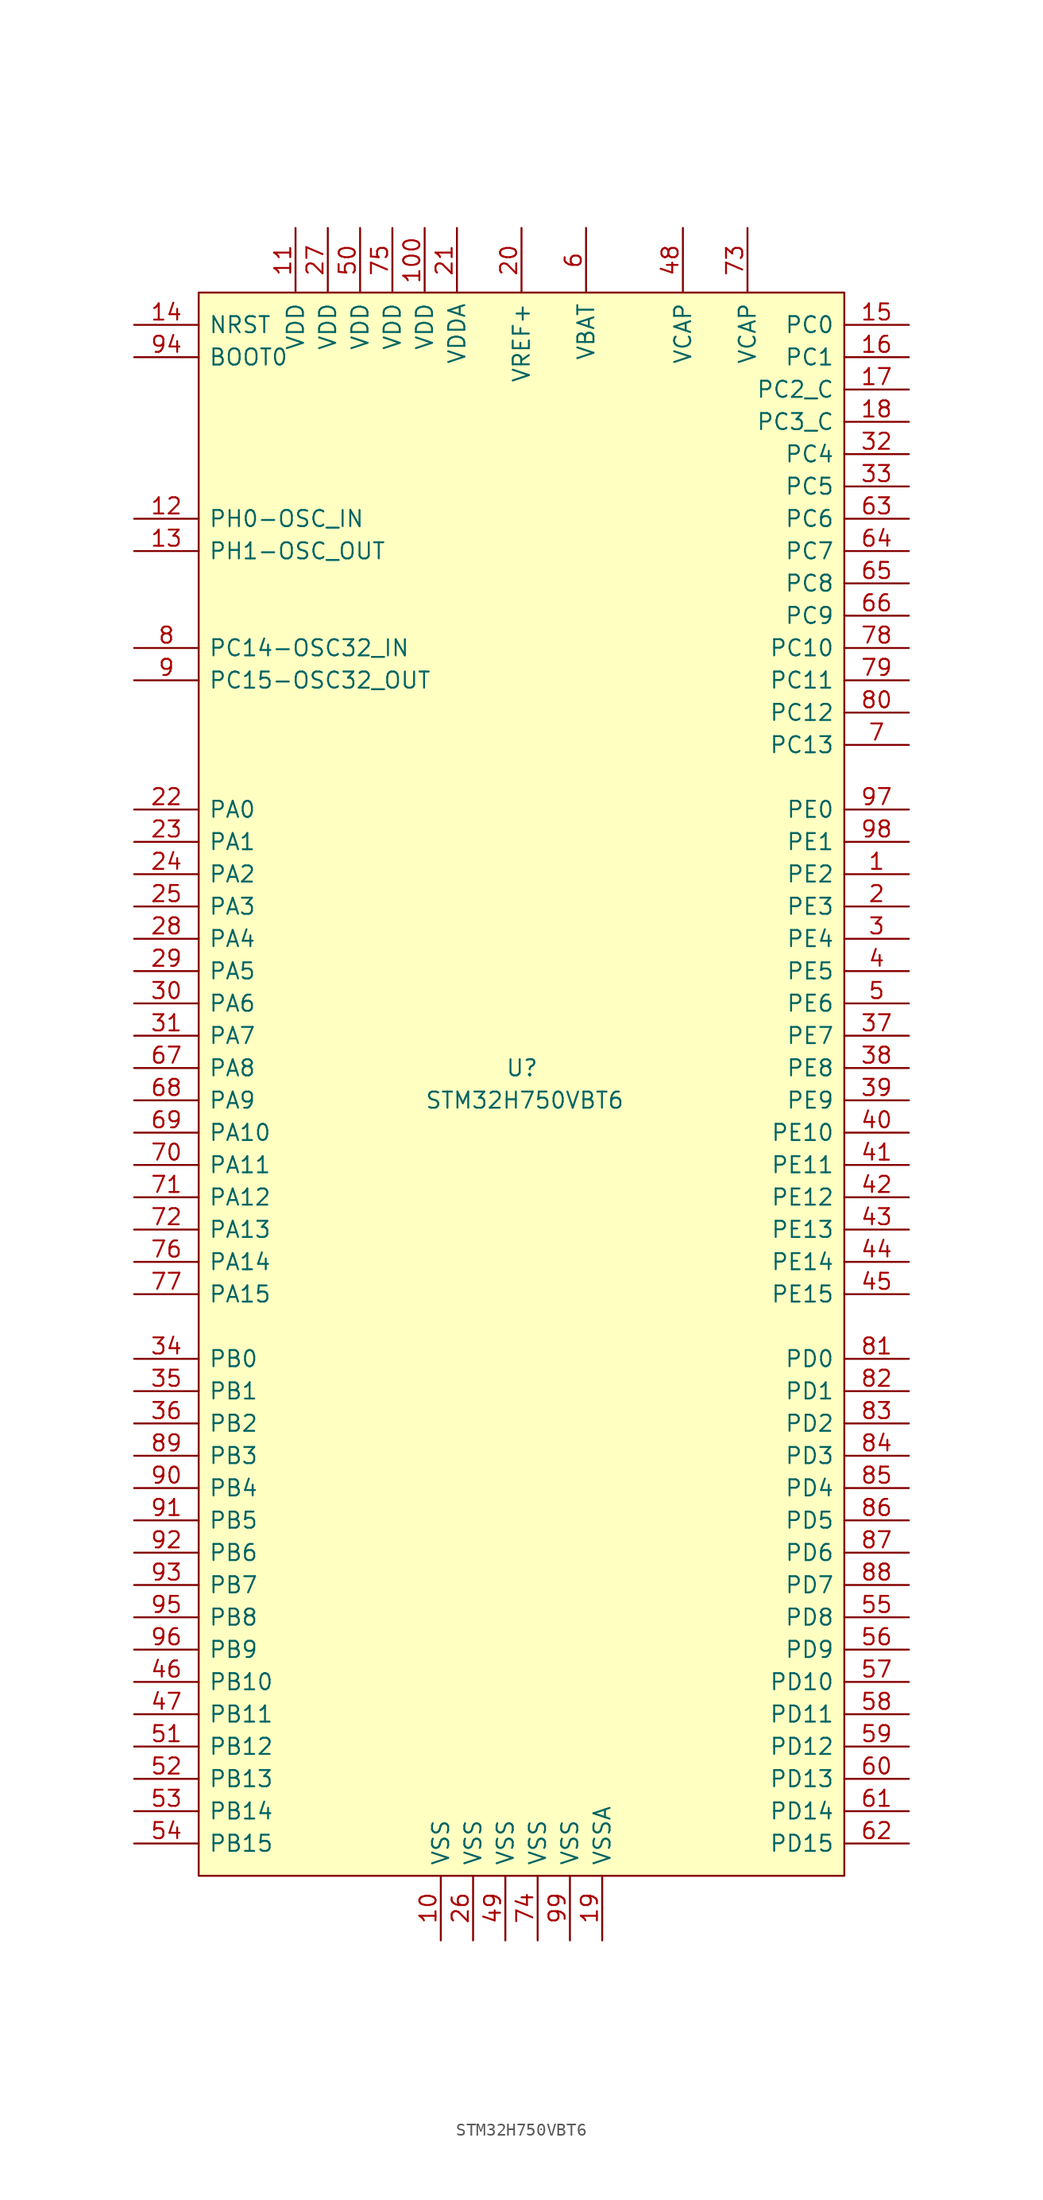
<source format=kicad_sym>
(kicad_symbol_lib
  (version 20220914)
  (generator kicad_symbol_editor)
  (symbol "STM32H750VBT6"
    (pin_names
      (offset 0.762))
    (property "Reference" "U"
      (at -1.27 1.27 0)
      (effects (font (size 1.27 1.27)) (justify left)))
    (property "Value" "STM32H750VBT6"
      (at -7.62 -1.27 0)
      (effects (font (size 1.27 1.27)) (justify left)))
    (symbol "STM32H750VBT6_0_0"
      (pin bidirectional line (at 30.48 16.51 180) (length 5.08) (name "PE2" (effects (font (size 1.27 1.27)))) (number "1" (effects (font (size 1.27 1.27)))))
      (pin power_in line (at -6.35 -67.31 90) (length 5.08) (name "VSS" (effects (font (size 1.27 1.27)))) (number "10" (effects (font (size 1.27 1.27)))))
      (pin power_in line (at -7.62 67.31 270) (length 5.08) (name "VDD" (effects (font (size 1.27 1.27)))) (number "100" (effects (font (size 1.27 1.27)))))
      (pin power_in line (at -17.78 67.31 270) (length 5.08) (name "VDD" (effects (font (size 1.27 1.27)))) (number "11" (effects (font (size 1.27 1.27)))))
      (pin bidirectional line (at -30.48 44.45 0) (length 5.08) (name "PH0-OSC_IN" (effects (font (size 1.27 1.27)))) (number "12" (effects (font (size 1.27 1.27)))))
      (pin bidirectional line (at -30.48 41.91 0) (length 5.08) (name "PH1-OSC_OUT" (effects (font (size 1.27 1.27)))) (number "13" (effects (font (size 1.27 1.27)))))
      (pin input line (at -30.48 59.69 0) (length 5.08) (name "NRST" (effects (font (size 1.27 1.27)))) (number "14" (effects (font (size 1.27 1.27)))))
      (pin bidirectional line (at 30.48 59.69 180) (length 5.08) (name "PC0" (effects (font (size 1.27 1.27)))) (number "15" (effects (font (size 1.27 1.27)))))
      (pin bidirectional line (at 30.48 57.15 180) (length 5.08) (name "PC1" (effects (font (size 1.27 1.27)))) (number "16" (effects (font (size 1.27 1.27)))))
      (pin bidirectional line (at 30.48 54.61 180) (length 5.08) (name "PC2_C" (effects (font (size 1.27 1.27)))) (number "17" (effects (font (size 1.27 1.27)))))
      (pin bidirectional line (at 30.48 52.07 180) (length 5.08) (name "PC3_C" (effects (font (size 1.27 1.27)))) (number "18" (effects (font (size 1.27 1.27)))))
      (pin power_in line (at 6.35 -67.31 90) (length 5.08) (name "VSSA" (effects (font (size 1.27 1.27)))) (number "19" (effects (font (size 1.27 1.27)))))
      (pin bidirectional line (at 30.48 13.97 180) (length 5.08) (name "PE3" (effects (font (size 1.27 1.27)))) (number "2" (effects (font (size 1.27 1.27)))))
      (pin power_in line (at 0 67.31 270) (length 5.08) (name "VREF+" (effects (font (size 1.27 1.27)))) (number "20" (effects (font (size 1.27 1.27)))))
      (pin power_in line (at -5.08 67.31 270) (length 5.08) (name "VDDA" (effects (font (size 1.27 1.27)))) (number "21" (effects (font (size 1.27 1.27)))))
      (pin bidirectional line (at -30.48 21.59 0) (length 5.08) (name "PA0" (effects (font (size 1.27 1.27)))) (number "22" (effects (font (size 1.27 1.27)))))
      (pin bidirectional line (at -30.48 19.05 0) (length 5.08) (name "PA1" (effects (font (size 1.27 1.27)))) (number "23" (effects (font (size 1.27 1.27)))))
      (pin bidirectional line (at -30.48 16.51 0) (length 5.08) (name "PA2" (effects (font (size 1.27 1.27)))) (number "24" (effects (font (size 1.27 1.27)))))
      (pin bidirectional line (at -30.48 13.97 0) (length 5.08) (name "PA3" (effects (font (size 1.27 1.27)))) (number "25" (effects (font (size 1.27 1.27)))))
      (pin power_in line (at -3.81 -67.31 90) (length 5.08) (name "VSS" (effects (font (size 1.27 1.27)))) (number "26" (effects (font (size 1.27 1.27)))))
      (pin power_in line (at -15.24 67.31 270) (length 5.08) (name "VDD" (effects (font (size 1.27 1.27)))) (number "27" (effects (font (size 1.27 1.27)))))
      (pin bidirectional line (at -30.48 11.43 0) (length 5.08) (name "PA4" (effects (font (size 1.27 1.27)))) (number "28" (effects (font (size 1.27 1.27)))))
      (pin bidirectional line (at -30.48 8.89 0) (length 5.08) (name "PA5" (effects (font (size 1.27 1.27)))) (number "29" (effects (font (size 1.27 1.27)))))
      (pin bidirectional line (at 30.48 11.43 180) (length 5.08) (name "PE4" (effects (font (size 1.27 1.27)))) (number "3" (effects (font (size 1.27 1.27)))))
      (pin bidirectional line (at -30.48 6.35 0) (length 5.08) (name "PA6" (effects (font (size 1.27 1.27)))) (number "30" (effects (font (size 1.27 1.27)))))
      (pin bidirectional line (at -30.48 3.81 0) (length 5.08) (name "PA7" (effects (font (size 1.27 1.27)))) (number "31" (effects (font (size 1.27 1.27)))))
      (pin bidirectional line (at 30.48 49.53 180) (length 5.08) (name "PC4" (effects (font (size 1.27 1.27)))) (number "32" (effects (font (size 1.27 1.27)))))
      (pin bidirectional line (at 30.48 46.99 180) (length 5.08) (name "PC5" (effects (font (size 1.27 1.27)))) (number "33" (effects (font (size 1.27 1.27)))))
      (pin bidirectional line (at -30.48 -21.59 0) (length 5.08) (name "PB0" (effects (font (size 1.27 1.27)))) (number "34" (effects (font (size 1.27 1.27)))))
      (pin bidirectional line (at -30.48 -24.13 0) (length 5.08) (name "PB1" (effects (font (size 1.27 1.27)))) (number "35" (effects (font (size 1.27 1.27)))))
      (pin bidirectional line (at -30.48 -26.67 0) (length 5.08) (name "PB2" (effects (font (size 1.27 1.27)))) (number "36" (effects (font (size 1.27 1.27)))))
      (pin bidirectional line (at 30.48 3.81 180) (length 5.08) (name "PE7" (effects (font (size 1.27 1.27)))) (number "37" (effects (font (size 1.27 1.27)))))
      (pin bidirectional line (at 30.48 1.27 180) (length 5.08) (name "PE8" (effects (font (size 1.27 1.27)))) (number "38" (effects (font (size 1.27 1.27)))))
      (pin bidirectional line (at 30.48 -1.27 180) (length 5.08) (name "PE9" (effects (font (size 1.27 1.27)))) (number "39" (effects (font (size 1.27 1.27)))))
      (pin bidirectional line (at 30.48 8.89 180) (length 5.08) (name "PE5" (effects (font (size 1.27 1.27)))) (number "4" (effects (font (size 1.27 1.27)))))
      (pin bidirectional line (at 30.48 -3.81 180) (length 5.08) (name "PE10" (effects (font (size 1.27 1.27)))) (number "40" (effects (font (size 1.27 1.27)))))
      (pin bidirectional line (at 30.48 -6.35 180) (length 5.08) (name "PE11" (effects (font (size 1.27 1.27)))) (number "41" (effects (font (size 1.27 1.27)))))
      (pin bidirectional line (at 30.48 -8.89 180) (length 5.08) (name "PE12" (effects (font (size 1.27 1.27)))) (number "42" (effects (font (size 1.27 1.27)))))
      (pin bidirectional line (at 30.48 -11.43 180) (length 5.08) (name "PE13" (effects (font (size 1.27 1.27)))) (number "43" (effects (font (size 1.27 1.27)))))
      (pin bidirectional line (at 30.48 -13.97 180) (length 5.08) (name "PE14" (effects (font (size 1.27 1.27)))) (number "44" (effects (font (size 1.27 1.27)))))
      (pin bidirectional line (at 30.48 -16.51 180) (length 5.08) (name "PE15" (effects (font (size 1.27 1.27)))) (number "45" (effects (font (size 1.27 1.27)))))
      (pin bidirectional line (at -30.48 -46.99 0) (length 5.08) (name "PB10" (effects (font (size 1.27 1.27)))) (number "46" (effects (font (size 1.27 1.27)))))
      (pin bidirectional line (at -30.48 -49.53 0) (length 5.08) (name "PB11" (effects (font (size 1.27 1.27)))) (number "47" (effects (font (size 1.27 1.27)))))
      (pin power_out line (at 12.7 67.31 270) (length 5.08) (name "VCAP" (effects (font (size 1.27 1.27)))) (number "48" (effects (font (size 1.27 1.27)))))
      (pin power_in line (at -1.27 -67.31 90) (length 5.08) (name "VSS" (effects (font (size 1.27 1.27)))) (number "49" (effects (font (size 1.27 1.27)))))
      (pin bidirectional line (at 30.48 6.35 180) (length 5.08) (name "PE6" (effects (font (size 1.27 1.27)))) (number "5" (effects (font (size 1.27 1.27)))))
      (pin power_in line (at -12.7 67.31 270) (length 5.08) (name "VDD" (effects (font (size 1.27 1.27)))) (number "50" (effects (font (size 1.27 1.27)))))
      (pin bidirectional line (at -30.48 -52.07 0) (length 5.08) (name "PB12" (effects (font (size 1.27 1.27)))) (number "51" (effects (font (size 1.27 1.27)))))
      (pin bidirectional line (at -30.48 -54.61 0) (length 5.08) (name "PB13" (effects (font (size 1.27 1.27)))) (number "52" (effects (font (size 1.27 1.27)))))
      (pin bidirectional line (at -30.48 -57.15 0) (length 5.08) (name "PB14" (effects (font (size 1.27 1.27)))) (number "53" (effects (font (size 1.27 1.27)))))
      (pin bidirectional line (at -30.48 -59.69 0) (length 5.08) (name "PB15" (effects (font (size 1.27 1.27)))) (number "54" (effects (font (size 1.27 1.27)))))
      (pin bidirectional line (at 30.48 -41.91 180) (length 5.08) (name "PD8" (effects (font (size 1.27 1.27)))) (number "55" (effects (font (size 1.27 1.27)))))
      (pin bidirectional line (at 30.48 -44.45 180) (length 5.08) (name "PD9" (effects (font (size 1.27 1.27)))) (number "56" (effects (font (size 1.27 1.27)))))
      (pin bidirectional line (at 30.48 -46.99 180) (length 5.08) (name "PD10" (effects (font (size 1.27 1.27)))) (number "57" (effects (font (size 1.27 1.27)))))
      (pin bidirectional line (at 30.48 -49.53 180) (length 5.08) (name "PD11" (effects (font (size 1.27 1.27)))) (number "58" (effects (font (size 1.27 1.27)))))
      (pin bidirectional line (at 30.48 -52.07 180) (length 5.08) (name "PD12" (effects (font (size 1.27 1.27)))) (number "59" (effects (font (size 1.27 1.27)))))
      (pin power_in line (at 5.08 67.31 270) (length 5.08) (name "VBAT" (effects (font (size 1.27 1.27)))) (number "6" (effects (font (size 1.27 1.27)))))
      (pin bidirectional line (at 30.48 -54.61 180) (length 5.08) (name "PD13" (effects (font (size 1.27 1.27)))) (number "60" (effects (font (size 1.27 1.27)))))
      (pin bidirectional line (at 30.48 -57.15 180) (length 5.08) (name "PD14" (effects (font (size 1.27 1.27)))) (number "61" (effects (font (size 1.27 1.27)))))
      (pin bidirectional line (at 30.48 -59.69 180) (length 5.08) (name "PD15" (effects (font (size 1.27 1.27)))) (number "62" (effects (font (size 1.27 1.27)))))
      (pin bidirectional line (at 30.48 44.45 180) (length 5.08) (name "PC6" (effects (font (size 1.27 1.27)))) (number "63" (effects (font (size 1.27 1.27)))))
      (pin bidirectional line (at 30.48 41.91 180) (length 5.08) (name "PC7" (effects (font (size 1.27 1.27)))) (number "64" (effects (font (size 1.27 1.27)))))
      (pin bidirectional line (at 30.48 39.37 180) (length 5.08) (name "PC8" (effects (font (size 1.27 1.27)))) (number "65" (effects (font (size 1.27 1.27)))))
      (pin bidirectional line (at 30.48 36.83 180) (length 5.08) (name "PC9" (effects (font (size 1.27 1.27)))) (number "66" (effects (font (size 1.27 1.27)))))
      (pin bidirectional line (at -30.48 1.27 0) (length 5.08) (name "PA8" (effects (font (size 1.27 1.27)))) (number "67" (effects (font (size 1.27 1.27)))))
      (pin bidirectional line (at -30.48 -1.27 0) (length 5.08) (name "PA9" (effects (font (size 1.27 1.27)))) (number "68" (effects (font (size 1.27 1.27)))))
      (pin bidirectional line (at -30.48 -3.81 0) (length 5.08) (name "PA10" (effects (font (size 1.27 1.27)))) (number "69" (effects (font (size 1.27 1.27)))))
      (pin bidirectional line (at 30.48 26.67 180) (length 5.08) (name "PC13" (effects (font (size 1.27 1.27)))) (number "7" (effects (font (size 1.27 1.27)))))
      (pin bidirectional line (at -30.48 -6.35 0) (length 5.08) (name "PA11" (effects (font (size 1.27 1.27)))) (number "70" (effects (font (size 1.27 1.27)))))
      (pin bidirectional line (at -30.48 -8.89 0) (length 5.08) (name "PA12" (effects (font (size 1.27 1.27)))) (number "71" (effects (font (size 1.27 1.27)))))
      (pin bidirectional line (at -30.48 -11.43 0) (length 5.08) (name "PA13" (effects (font (size 1.27 1.27)))) (number "72" (effects (font (size 1.27 1.27)))))
      (pin power_out line (at 17.78 67.31 270) (length 5.08) (name "VCAP" (effects (font (size 1.27 1.27)))) (number "73" (effects (font (size 1.27 1.27)))))
      (pin power_in line (at 1.27 -67.31 90) (length 5.08) (name "VSS" (effects (font (size 1.27 1.27)))) (number "74" (effects (font (size 1.27 1.27)))))
      (pin power_in line (at -10.16 67.31 270) (length 5.08) (name "VDD" (effects (font (size 1.27 1.27)))) (number "75" (effects (font (size 1.27 1.27)))))
      (pin bidirectional line (at -30.48 -13.97 0) (length 5.08) (name "PA14" (effects (font (size 1.27 1.27)))) (number "76" (effects (font (size 1.27 1.27)))))
      (pin bidirectional line (at -30.48 -16.51 0) (length 5.08) (name "PA15" (effects (font (size 1.27 1.27)))) (number "77" (effects (font (size 1.27 1.27)))))
      (pin bidirectional line (at 30.48 34.29 180) (length 5.08) (name "PC10" (effects (font (size 1.27 1.27)))) (number "78" (effects (font (size 1.27 1.27)))))
      (pin bidirectional line (at 30.48 31.75 180) (length 5.08) (name "PC11" (effects (font (size 1.27 1.27)))) (number "79" (effects (font (size 1.27 1.27)))))
      (pin bidirectional line (at -30.48 34.29 0) (length 5.08) (name "PC14-OSC32_IN" (effects (font (size 1.27 1.27)))) (number "8" (effects (font (size 1.27 1.27)))))
      (pin bidirectional line (at 30.48 29.21 180) (length 5.08) (name "PC12" (effects (font (size 1.27 1.27)))) (number "80" (effects (font (size 1.27 1.27)))))
      (pin bidirectional line (at 30.48 -21.59 180) (length 5.08) (name "PD0" (effects (font (size 1.27 1.27)))) (number "81" (effects (font (size 1.27 1.27)))))
      (pin bidirectional line (at 30.48 -24.13 180) (length 5.08) (name "PD1" (effects (font (size 1.27 1.27)))) (number "82" (effects (font (size 1.27 1.27)))))
      (pin bidirectional line (at 30.48 -26.67 180) (length 5.08) (name "PD2" (effects (font (size 1.27 1.27)))) (number "83" (effects (font (size 1.27 1.27)))))
      (pin bidirectional line (at 30.48 -29.21 180) (length 5.08) (name "PD3" (effects (font (size 1.27 1.27)))) (number "84" (effects (font (size 1.27 1.27)))))
      (pin bidirectional line (at 30.48 -31.75 180) (length 5.08) (name "PD4" (effects (font (size 1.27 1.27)))) (number "85" (effects (font (size 1.27 1.27)))))
      (pin bidirectional line (at 30.48 -34.29 180) (length 5.08) (name "PD5" (effects (font (size 1.27 1.27)))) (number "86" (effects (font (size 1.27 1.27)))))
      (pin bidirectional line (at 30.48 -36.83 180) (length 5.08) (name "PD6" (effects (font (size 1.27 1.27)))) (number "87" (effects (font (size 1.27 1.27)))))
      (pin bidirectional line (at 30.48 -39.37 180) (length 5.08) (name "PD7" (effects (font (size 1.27 1.27)))) (number "88" (effects (font (size 1.27 1.27)))))
      (pin bidirectional line (at -30.48 -29.21 0) (length 5.08) (name "PB3" (effects (font (size 1.27 1.27)))) (number "89" (effects (font (size 1.27 1.27)))))
      (pin bidirectional line (at -30.48 31.75 0) (length 5.08) (name "PC15-OSC32_OUT" (effects (font (size 1.27 1.27)))) (number "9" (effects (font (size 1.27 1.27)))))
      (pin bidirectional line (at -30.48 -31.75 0) (length 5.08) (name "PB4" (effects (font (size 1.27 1.27)))) (number "90" (effects (font (size 1.27 1.27)))))
      (pin bidirectional line (at -30.48 -34.29 0) (length 5.08) (name "PB5" (effects (font (size 1.27 1.27)))) (number "91" (effects (font (size 1.27 1.27)))))
      (pin bidirectional line (at -30.48 -36.83 0) (length 5.08) (name "PB6" (effects (font (size 1.27 1.27)))) (number "92" (effects (font (size 1.27 1.27)))))
      (pin bidirectional line (at -30.48 -39.37 0) (length 5.08) (name "PB7" (effects (font (size 1.27 1.27)))) (number "93" (effects (font (size 1.27 1.27)))))
      (pin input line (at -30.48 57.15 0) (length 5.08) (name "BOOT0" (effects (font (size 1.27 1.27)))) (number "94" (effects (font (size 1.27 1.27)))))
      (pin bidirectional line (at -30.48 -41.91 0) (length 5.08) (name "PB8" (effects (font (size 1.27 1.27)))) (number "95" (effects (font (size 1.27 1.27)))))
      (pin bidirectional line (at -30.48 -44.45 0) (length 5.08) (name "PB9" (effects (font (size 1.27 1.27)))) (number "96" (effects (font (size 1.27 1.27)))))
      (pin bidirectional line (at 30.48 21.59 180) (length 5.08) (name "PE0" (effects (font (size 1.27 1.27)))) (number "97" (effects (font (size 1.27 1.27)))))
      (pin bidirectional line (at 30.48 19.05 180) (length 5.08) (name "PE1" (effects (font (size 1.27 1.27)))) (number "98" (effects (font (size 1.27 1.27)))))
      (pin power_in line (at 3.81 -67.31 90) (length 5.08) (name "VSS" (effects (font (size 1.27 1.27)))) (number "99" (effects (font (size 1.27 1.27))))))
    (symbol "STM32H750VBT6_0_1"
      (rectangle (start -25.4 62.23) (end 25.4 -62.23) (stroke (width 0.152) (type default)) (fill (type background))))))
</source>
